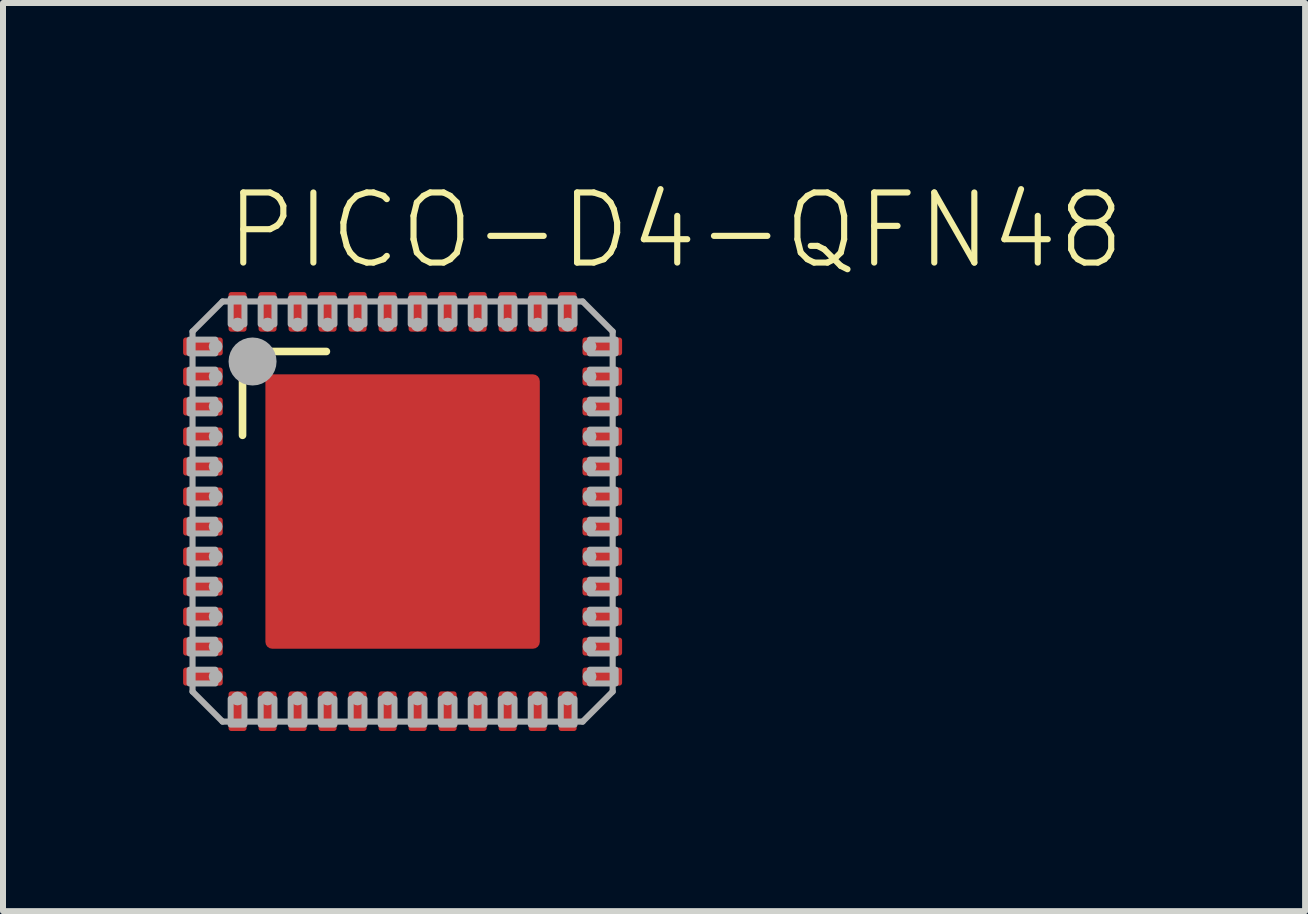
<source format=kicad_pcb>
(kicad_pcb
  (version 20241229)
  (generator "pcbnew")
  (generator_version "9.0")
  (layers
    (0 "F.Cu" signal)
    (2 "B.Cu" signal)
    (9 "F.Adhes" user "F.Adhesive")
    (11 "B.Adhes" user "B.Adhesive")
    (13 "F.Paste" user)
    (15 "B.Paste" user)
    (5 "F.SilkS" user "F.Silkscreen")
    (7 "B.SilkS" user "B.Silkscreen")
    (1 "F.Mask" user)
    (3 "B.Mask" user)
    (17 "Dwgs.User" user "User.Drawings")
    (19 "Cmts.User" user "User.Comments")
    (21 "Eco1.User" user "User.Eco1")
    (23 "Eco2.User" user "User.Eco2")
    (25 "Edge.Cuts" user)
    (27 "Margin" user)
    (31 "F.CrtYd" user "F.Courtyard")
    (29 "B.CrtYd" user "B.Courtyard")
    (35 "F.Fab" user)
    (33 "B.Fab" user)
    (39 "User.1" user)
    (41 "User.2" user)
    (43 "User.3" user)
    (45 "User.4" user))
  (footprint "PICO-D4-QFN48"
    (layer "F.Cu")
    (at 3.658 5.473)
    (property "Reference" "PICO-D4-QFN48" (at -3 -4 0) (layer "F.SilkS") (effects (font (size 1.168 1.168) (thickness 0.102)) (justify left bottom)))
    (fp_line (start -3.603 -2.845) (end -3.055 -2.845) (stroke (width 0.102) (type solid)) (layer "F.Mask"))
    (fp_line (start -3.603 -2.655) (end -3.603 -2.845) (stroke (width 0.102) (type solid)) (layer "F.Mask"))
    (fp_line (start -3.603 -2.345) (end -3.055 -2.345) (stroke (width 0.102) (type solid)) (layer "F.Mask"))
    (fp_line (start -3.603 -2.155) (end -3.603 -2.345) (stroke (width 0.102) (type solid)) (layer "F.Mask"))
    (fp_line (start -3.603 -1.845) (end -3.055 -1.845) (stroke (width 0.102) (type solid)) (layer "F.Mask"))
    (fp_line (start -3.603 -1.655) (end -3.603 -1.845) (stroke (width 0.102) (type solid)) (layer "F.Mask"))
    (fp_line (start -3.603 -1.345) (end -3.055 -1.345) (stroke (width 0.102) (type solid)) (layer "F.Mask"))
    (fp_line (start -3.603 -1.155) (end -3.603 -1.345) (stroke (width 0.102) (type solid)) (layer "F.Mask"))
    (fp_line (start -3.603 -0.845) (end -3.055 -0.845) (stroke (width 0.102) (type solid)) (layer "F.Mask"))
    (fp_line (start -3.603 -0.655) (end -3.603 -0.845) (stroke (width 0.102) (type solid)) (layer "F.Mask"))
    (fp_line (start -3.603 -0.345) (end -3.055 -0.345) (stroke (width 0.102) (type solid)) (layer "F.Mask"))
    (fp_line (start -3.603 -0.155) (end -3.603 -0.345) (stroke (width 0.102) (type solid)) (layer "F.Mask"))
    (fp_line (start -3.603 0.155) (end -3.055 0.155) (stroke (width 0.102) (type solid)) (layer "F.Mask"))
    (fp_line (start -3.603 0.345) (end -3.603 0.155) (stroke (width 0.102) (type solid)) (layer "F.Mask"))
    (fp_line (start -3.603 0.655) (end -3.055 0.655) (stroke (width 0.102) (type solid)) (layer "F.Mask"))
    (fp_line (start -3.603 0.845) (end -3.603 0.655) (stroke (width 0.102) (type solid)) (layer "F.Mask"))
    (fp_line (start -3.603 1.155) (end -3.055 1.155) (stroke (width 0.102) (type solid)) (layer "F.Mask"))
    (fp_line (start -3.603 1.345) (end -3.603 1.155) (stroke (width 0.102) (type solid)) (layer "F.Mask"))
    (fp_line (start -3.603 1.655) (end -3.055 1.655) (stroke (width 0.102) (type solid)) (layer "F.Mask"))
    (fp_line (start -3.603 1.845) (end -3.603 1.655) (stroke (width 0.102) (type solid)) (layer "F.Mask"))
    (fp_line (start -3.603 2.155) (end -3.055 2.155) (stroke (width 0.102) (type solid)) (layer "F.Mask"))
    (fp_line (start -3.603 2.345) (end -3.603 2.155) (stroke (width 0.102) (type solid)) (layer "F.Mask"))
    (fp_line (start -3.603 2.655) (end -3.055 2.655) (stroke (width 0.102) (type solid)) (layer "F.Mask"))
    (fp_line (start -3.603 2.845) (end -3.603 2.655) (stroke (width 0.102) (type solid)) (layer "F.Mask"))
    (fp_line (start -3.566 2.25) (end -3.105 2.25) (stroke (width 0.102) (type solid)) (layer "F.Mask"))
    (fp_line (start -3.559 -2.25) (end -3.105 -2.25) (stroke (width 0.102) (type solid)) (layer "F.Mask"))
    (fp_line (start -3.559 -1.75) (end -3.105 -1.75) (stroke (width 0.102) (type solid)) (layer "F.Mask"))
    (fp_line (start -3.559 -0.25) (end -3.105 -0.25) (stroke (width 0.102) (type solid)) (layer "F.Mask"))
    (fp_line (start -3.553 -2.75) (end -3.105 -2.75) (stroke (width 0.102) (type solid)) (layer "F.Mask"))
    (fp_line (start -3.553 -1.25) (end -3.105 -1.25) (stroke (width 0.102) (type solid)) (layer "F.Mask"))
    (fp_line (start -3.553 -0.75) (end -3.105 -0.75) (stroke (width 0.102) (type solid)) (layer "F.Mask"))
    (fp_line (start -3.553 0.75) (end -3.105 0.75) (stroke (width 0.102) (type solid)) (layer "F.Mask"))
    (fp_line (start -3.553 2.75) (end -3.105 2.75) (stroke (width 0.102) (type solid)) (layer "F.Mask"))
    (fp_line (start -3.547 0.25) (end -3.105 0.25) (stroke (width 0.102) (type solid)) (layer "F.Mask"))
    (fp_line (start -3.547 1.75) (end -3.105 1.75) (stroke (width 0.102) (type solid)) (layer "F.Mask"))
    (fp_line (start -3.54 1.25) (end -3.105 1.25) (stroke (width 0.102) (type solid)) (layer "F.Mask"))
    (fp_line (start -3.055 -2.845) (end -3.055 -2.655) (stroke (width 0.102) (type solid)) (layer "F.Mask"))
    (fp_line (start -3.055 -2.655) (end -3.603 -2.655) (stroke (width 0.102) (type solid)) (layer "F.Mask"))
    (fp_line (start -3.055 -2.345) (end -3.055 -2.155) (stroke (width 0.102) (type solid)) (layer "F.Mask"))
    (fp_line (start -3.055 -2.155) (end -3.603 -2.155) (stroke (width 0.102) (type solid)) (layer "F.Mask"))
    (fp_line (start -3.055 -1.845) (end -3.055 -1.655) (stroke (width 0.102) (type solid)) (layer "F.Mask"))
    (fp_line (start -3.055 -1.655) (end -3.603 -1.655) (stroke (width 0.102) (type solid)) (layer "F.Mask"))
    (fp_line (start -3.055 -1.345) (end -3.055 -1.155) (stroke (width 0.102) (type solid)) (layer "F.Mask"))
    (fp_line (start -3.055 -1.155) (end -3.603 -1.155) (stroke (width 0.102) (type solid)) (layer "F.Mask"))
    (fp_line (start -3.055 -0.845) (end -3.055 -0.655) (stroke (width 0.102) (type solid)) (layer "F.Mask"))
    (fp_line (start -3.055 -0.655) (end -3.603 -0.655) (stroke (width 0.102) (type solid)) (layer "F.Mask"))
    (fp_line (start -3.055 -0.345) (end -3.055 -0.155) (stroke (width 0.102) (type solid)) (layer "F.Mask"))
    (fp_line (start -3.055 -0.155) (end -3.603 -0.155) (stroke (width 0.102) (type solid)) (layer "F.Mask"))
    (fp_line (start -3.055 0.155) (end -3.055 0.345) (stroke (width 0.102) (type solid)) (layer "F.Mask"))
    (fp_line (start -3.055 0.345) (end -3.603 0.345) (stroke (width 0.102) (type solid)) (layer "F.Mask"))
    (fp_line (start -3.055 0.655) (end -3.055 0.845) (stroke (width 0.102) (type solid)) (layer "F.Mask"))
    (fp_line (start -3.055 0.845) (end -3.603 0.845) (stroke (width 0.102) (type solid)) (layer "F.Mask"))
    (fp_line (start -3.055 1.155) (end -3.055 1.345) (stroke (width 0.102) (type solid)) (layer "F.Mask"))
    (fp_line (start -3.055 1.345) (end -3.603 1.345) (stroke (width 0.102) (type solid)) (layer "F.Mask"))
    (fp_line (start -3.055 1.655) (end -3.055 1.845) (stroke (width 0.102) (type solid)) (layer "F.Mask"))
    (fp_line (start -3.055 1.845) (end -3.603 1.845) (stroke (width 0.102) (type solid)) (layer "F.Mask"))
    (fp_line (start -3.055 2.155) (end -3.055 2.345) (stroke (width 0.102) (type solid)) (layer "F.Mask"))
    (fp_line (start -3.055 2.345) (end -3.603 2.345) (stroke (width 0.102) (type solid)) (layer "F.Mask"))
    (fp_line (start -3.055 2.655) (end -3.055 2.845) (stroke (width 0.102) (type solid)) (layer "F.Mask"))
    (fp_line (start -3.055 2.845) (end -3.603 2.845) (stroke (width 0.102) (type solid)) (layer "F.Mask"))
    (fp_line (start -2.845 -3.603) (end -2.655 -3.603) (stroke (width 0.102) (type solid)) (layer "F.Mask"))
    (fp_line (start -2.845 -3.055) (end -2.845 -3.603) (stroke (width 0.102) (type solid)) (layer "F.Mask"))
    (fp_line (start -2.845 3.055) (end -2.655 3.055) (stroke (width 0.102) (type solid)) (layer "F.Mask"))
    (fp_line (start -2.845 3.603) (end -2.845 3.055) (stroke (width 0.102) (type solid)) (layer "F.Mask"))
    (fp_line (start -2.75 -3.572) (end -2.75 -3.105) (stroke (width 0.102) (type solid)) (layer "F.Mask"))
    (fp_line (start -2.75 3.559) (end -2.75 3.105) (stroke (width 0.102) (type solid)) (layer "F.Mask"))
    (fp_line (start -2.655 -3.603) (end -2.655 -3.055) (stroke (width 0.102) (type solid)) (layer "F.Mask"))
    (fp_line (start -2.655 -3.055) (end -2.845 -3.055) (stroke (width 0.102) (type solid)) (layer "F.Mask"))
    (fp_line (start -2.655 3.055) (end -2.655 3.603) (stroke (width 0.102) (type solid)) (layer "F.Mask"))
    (fp_line (start -2.655 3.603) (end -2.845 3.603) (stroke (width 0.102) (type solid)) (layer "F.Mask"))
    (fp_line (start -2.345 -3.603) (end -2.155 -3.603) (stroke (width 0.102) (type solid)) (layer "F.Mask"))
    (fp_line (start -2.345 -3.055) (end -2.345 -3.603) (stroke (width 0.102) (type solid)) (layer "F.Mask"))
    (fp_line (start -2.345 3.055) (end -2.155 3.055) (stroke (width 0.102) (type solid)) (layer "F.Mask"))
    (fp_line (start -2.345 3.603) (end -2.345 3.055) (stroke (width 0.102) (type solid)) (layer "F.Mask"))
    (fp_line (start -2.25 -3.559) (end -2.25 -3.105) (stroke (width 0.102) (type solid)) (layer "F.Mask"))
    (fp_line (start -2.25 3.559) (end -2.25 3.105) (stroke (width 0.102) (type solid)) (layer "F.Mask"))
    (fp_line (start -2.155 -3.603) (end -2.155 -3.055) (stroke (width 0.102) (type solid)) (layer "F.Mask"))
    (fp_line (start -2.155 -3.055) (end -2.345 -3.055) (stroke (width 0.102) (type solid)) (layer "F.Mask"))
    (fp_line (start -2.155 3.055) (end -2.155 3.603) (stroke (width 0.102) (type solid)) (layer "F.Mask"))
    (fp_line (start -2.155 3.603) (end -2.345 3.603) (stroke (width 0.102) (type solid)) (layer "F.Mask"))
    (fp_line (start -1.845 -3.603) (end -1.655 -3.603) (stroke (width 0.102) (type solid)) (layer "F.Mask"))
    (fp_line (start -1.845 -3.055) (end -1.845 -3.603) (stroke (width 0.102) (type solid)) (layer "F.Mask"))
    (fp_line (start -1.845 3.055) (end -1.655 3.055) (stroke (width 0.102) (type solid)) (layer "F.Mask"))
    (fp_line (start -1.845 3.603) (end -1.845 3.055) (stroke (width 0.102) (type solid)) (layer "F.Mask"))
    (fp_line (start -1.75 -3.572) (end -1.75 -3.105) (stroke (width 0.102) (type solid)) (layer "F.Mask"))
    (fp_line (start -1.75 3.559) (end -1.75 3.105) (stroke (width 0.102) (type solid)) (layer "F.Mask"))
    (fp_line (start -1.655 -3.603) (end -1.655 -3.055) (stroke (width 0.102) (type solid)) (layer "F.Mask"))
    (fp_line (start -1.655 -3.055) (end -1.845 -3.055) (stroke (width 0.102) (type solid)) (layer "F.Mask"))
    (fp_line (start -1.655 3.055) (end -1.655 3.603) (stroke (width 0.102) (type solid)) (layer "F.Mask"))
    (fp_line (start -1.655 3.603) (end -1.845 3.603) (stroke (width 0.102) (type solid)) (layer "F.Mask"))
    (fp_line (start -1.345 -3.603) (end -1.155 -3.603) (stroke (width 0.102) (type solid)) (layer "F.Mask"))
    (fp_line (start -1.345 -3.055) (end -1.345 -3.603) (stroke (width 0.102) (type solid)) (layer "F.Mask"))
    (fp_line (start -1.345 3.055) (end -1.155 3.055) (stroke (width 0.102) (type solid)) (layer "F.Mask"))
    (fp_line (start -1.345 3.603) (end -1.345 3.055) (stroke (width 0.102) (type solid)) (layer "F.Mask"))
    (fp_line (start -1.25 -3.559) (end -1.25 -3.105) (stroke (width 0.102) (type solid)) (layer "F.Mask"))
    (fp_line (start -1.25 3.553) (end -1.25 3.105) (stroke (width 0.102) (type solid)) (layer "F.Mask"))
    (fp_line (start -1.155 -3.603) (end -1.155 -3.055) (stroke (width 0.102) (type solid)) (layer "F.Mask"))
    (fp_line (start -1.155 -3.055) (end -1.345 -3.055) (stroke (width 0.102) (type solid)) (layer "F.Mask"))
    (fp_line (start -1.155 3.055) (end -1.155 3.603) (stroke (width 0.102) (type solid)) (layer "F.Mask"))
    (fp_line (start -1.155 3.603) (end -1.345 3.603) (stroke (width 0.102) (type solid)) (layer "F.Mask"))
    (fp_line (start -0.845 -3.603) (end -0.655 -3.603) (stroke (width 0.102) (type solid)) (layer "F.Mask"))
    (fp_line (start -0.845 -3.055) (end -0.845 -3.603) (stroke (width 0.102) (type solid)) (layer "F.Mask"))
    (fp_line (start -0.845 3.055) (end -0.655 3.055) (stroke (width 0.102) (type solid)) (layer "F.Mask"))
    (fp_line (start -0.845 3.603) (end -0.845 3.055) (stroke (width 0.102) (type solid)) (layer "F.Mask"))
    (fp_line (start -0.75 -3.547) (end -0.75 -3.105) (stroke (width 0.102) (type solid)) (layer "F.Mask"))
    (fp_line (start -0.75 3.566) (end -0.75 3.105) (stroke (width 0.102) (type solid)) (layer "F.Mask"))
    (fp_line (start -0.655 -3.603) (end -0.655 -3.055) (stroke (width 0.102) (type solid)) (layer "F.Mask"))
    (fp_line (start -0.655 -3.055) (end -0.845 -3.055) (stroke (width 0.102) (type solid)) (layer "F.Mask"))
    (fp_line (start -0.655 3.055) (end -0.655 3.603) (stroke (width 0.102) (type solid)) (layer "F.Mask"))
    (fp_line (start -0.655 3.603) (end -0.845 3.603) (stroke (width 0.102) (type solid)) (layer "F.Mask"))
    (fp_line (start -0.345 -3.603) (end -0.155 -3.603) (stroke (width 0.102) (type solid)) (layer "F.Mask"))
    (fp_line (start -0.345 -3.055) (end -0.345 -3.603) (stroke (width 0.102) (type solid)) (layer "F.Mask"))
    (fp_line (start -0.345 3.055) (end -0.155 3.055) (stroke (width 0.102) (type solid)) (layer "F.Mask"))
    (fp_line (start -0.345 3.603) (end -0.345 3.055) (stroke (width 0.102) (type solid)) (layer "F.Mask"))
    (fp_line (start -0.25 -3.547) (end -0.25 -3.105) (stroke (width 0.102) (type solid)) (layer "F.Mask"))
    (fp_line (start -0.25 3.553) (end -0.25 3.105) (stroke (width 0.102) (type solid)) (layer "F.Mask"))
    (fp_line (start -0.155 -3.603) (end -0.155 -3.055) (stroke (width 0.102) (type solid)) (layer "F.Mask"))
    (fp_line (start -0.155 -3.055) (end -0.345 -3.055) (stroke (width 0.102) (type solid)) (layer "F.Mask"))
    (fp_line (start -0.155 3.055) (end -0.155 3.603) (stroke (width 0.102) (type solid)) (layer "F.Mask"))
    (fp_line (start -0.155 3.603) (end -0.345 3.603) (stroke (width 0.102) (type solid)) (layer "F.Mask"))
    (fp_line (start 0.155 -3.603) (end 0.345 -3.603) (stroke (width 0.102) (type solid)) (layer "F.Mask"))
    (fp_line (start 0.155 -3.055) (end 0.155 -3.603) (stroke (width 0.102) (type solid)) (layer "F.Mask"))
    (fp_line (start 0.155 3.055) (end 0.345 3.055) (stroke (width 0.102) (type solid)) (layer "F.Mask"))
    (fp_line (start 0.155 3.603) (end 0.155 3.055) (stroke (width 0.102) (type solid)) (layer "F.Mask"))
    (fp_line (start 0.25 -3.547) (end 0.25 -3.105) (stroke (width 0.102) (type solid)) (layer "F.Mask"))
    (fp_line (start 0.25 3.559) (end 0.25 3.105) (stroke (width 0.102) (type solid)) (layer "F.Mask"))
    (fp_line (start 0.345 -3.603) (end 0.345 -3.055) (stroke (width 0.102) (type solid)) (layer "F.Mask"))
    (fp_line (start 0.345 -3.055) (end 0.155 -3.055) (stroke (width 0.102) (type solid)) (layer "F.Mask"))
    (fp_line (start 0.345 3.055) (end 0.345 3.603) (stroke (width 0.102) (type solid)) (layer "F.Mask"))
    (fp_line (start 0.345 3.603) (end 0.155 3.603) (stroke (width 0.102) (type solid)) (layer "F.Mask"))
    (fp_line (start 0.655 -3.603) (end 0.845 -3.603) (stroke (width 0.102) (type solid)) (layer "F.Mask"))
    (fp_line (start 0.655 -3.055) (end 0.655 -3.603) (stroke (width 0.102) (type solid)) (layer "F.Mask"))
    (fp_line (start 0.655 3.055) (end 0.845 3.055) (stroke (width 0.102) (type solid)) (layer "F.Mask"))
    (fp_line (start 0.655 3.603) (end 0.655 3.055) (stroke (width 0.102) (type solid)) (layer "F.Mask"))
    (fp_line (start 0.75 -3.54) (end 0.75 -3.105) (stroke (width 0.102) (type solid)) (layer "F.Mask"))
    (fp_line (start 0.75 3.572) (end 0.75 3.105) (stroke (width 0.102) (type solid)) (layer "F.Mask"))
    (fp_line (start 0.845 -3.603) (end 0.845 -3.055) (stroke (width 0.102) (type solid)) (layer "F.Mask"))
    (fp_line (start 0.845 -3.055) (end 0.655 -3.055) (stroke (width 0.102) (type solid)) (layer "F.Mask"))
    (fp_line (start 0.845 3.055) (end 0.845 3.603) (stroke (width 0.102) (type solid)) (layer "F.Mask"))
    (fp_line (start 0.845 3.603) (end 0.655 3.603) (stroke (width 0.102) (type solid)) (layer "F.Mask"))
    (fp_line (start 1.155 -3.603) (end 1.345 -3.603) (stroke (width 0.102) (type solid)) (layer "F.Mask"))
    (fp_line (start 1.155 -3.055) (end 1.155 -3.603) (stroke (width 0.102) (type solid)) (layer "F.Mask"))
    (fp_line (start 1.155 3.055) (end 1.345 3.055) (stroke (width 0.102) (type solid)) (layer "F.Mask"))
    (fp_line (start 1.155 3.603) (end 1.155 3.055) (stroke (width 0.102) (type solid)) (layer "F.Mask"))
    (fp_line (start 1.25 -3.547) (end 1.25 -3.105) (stroke (width 0.102) (type solid)) (layer "F.Mask"))
    (fp_line (start 1.25 3.566) (end 1.25 3.105) (stroke (width 0.102) (type solid)) (layer "F.Mask"))
    (fp_line (start 1.345 -3.603) (end 1.345 -3.055) (stroke (width 0.102) (type solid)) (layer "F.Mask"))
    (fp_line (start 1.345 -3.055) (end 1.155 -3.055) (stroke (width 0.102) (type solid)) (layer "F.Mask"))
    (fp_line (start 1.345 3.055) (end 1.345 3.603) (stroke (width 0.102) (type solid)) (layer "F.Mask"))
    (fp_line (start 1.345 3.603) (end 1.155 3.603) (stroke (width 0.102) (type solid)) (layer "F.Mask"))
    (fp_line (start 1.655 -3.603) (end 1.845 -3.603) (stroke (width 0.102) (type solid)) (layer "F.Mask"))
    (fp_line (start 1.655 -3.055) (end 1.655 -3.603) (stroke (width 0.102) (type solid)) (layer "F.Mask"))
    (fp_line (start 1.655 3.055) (end 1.845 3.055) (stroke (width 0.102) (type solid)) (layer "F.Mask"))
    (fp_line (start 1.655 3.603) (end 1.655 3.055) (stroke (width 0.102) (type solid)) (layer "F.Mask"))
    (fp_line (start 1.75 -3.553) (end 1.75 -3.105) (stroke (width 0.102) (type solid)) (layer "F.Mask"))
    (fp_line (start 1.75 3.566) (end 1.75 3.105) (stroke (width 0.102) (type solid)) (layer "F.Mask"))
    (fp_line (start 1.845 -3.603) (end 1.845 -3.055) (stroke (width 0.102) (type solid)) (layer "F.Mask"))
    (fp_line (start 1.845 -3.055) (end 1.655 -3.055) (stroke (width 0.102) (type solid)) (layer "F.Mask"))
    (fp_line (start 1.845 3.055) (end 1.845 3.603) (stroke (width 0.102) (type solid)) (layer "F.Mask"))
    (fp_line (start 1.845 3.603) (end 1.655 3.603) (stroke (width 0.102) (type solid)) (layer "F.Mask"))
    (fp_line (start 2.155 -3.603) (end 2.345 -3.603) (stroke (width 0.102) (type solid)) (layer "F.Mask"))
    (fp_line (start 2.155 -3.055) (end 2.155 -3.603) (stroke (width 0.102) (type solid)) (layer "F.Mask"))
    (fp_line (start 2.155 3.055) (end 2.345 3.055) (stroke (width 0.102) (type solid)) (layer "F.Mask"))
    (fp_line (start 2.155 3.603) (end 2.155 3.055) (stroke (width 0.102) (type solid)) (layer "F.Mask"))
    (fp_line (start 2.25 -3.566) (end 2.25 -3.105) (stroke (width 0.102) (type solid)) (layer "F.Mask"))
    (fp_line (start 2.25 3.547) (end 2.25 3.105) (stroke (width 0.102) (type solid)) (layer "F.Mask"))
    (fp_line (start 2.345 -3.603) (end 2.345 -3.055) (stroke (width 0.102) (type solid)) (layer "F.Mask"))
    (fp_line (start 2.345 -3.055) (end 2.155 -3.055) (stroke (width 0.102) (type solid)) (layer "F.Mask"))
    (fp_line (start 2.345 3.055) (end 2.345 3.603) (stroke (width 0.102) (type solid)) (layer "F.Mask"))
    (fp_line (start 2.345 3.603) (end 2.155 3.603) (stroke (width 0.102) (type solid)) (layer "F.Mask"))
    (fp_line (start 2.655 -3.603) (end 2.845 -3.603) (stroke (width 0.102) (type solid)) (layer "F.Mask"))
    (fp_line (start 2.655 -3.055) (end 2.655 -3.603) (stroke (width 0.102) (type solid)) (layer "F.Mask"))
    (fp_line (start 2.655 3.055) (end 2.845 3.055) (stroke (width 0.102) (type solid)) (layer "F.Mask"))
    (fp_line (start 2.655 3.603) (end 2.655 3.055) (stroke (width 0.102) (type solid)) (layer "F.Mask"))
    (fp_line (start 2.75 -3.553) (end 2.75 -3.105) (stroke (width 0.102) (type solid)) (layer "F.Mask"))
    (fp_line (start 2.75 3.54) (end 2.75 3.105) (stroke (width 0.102) (type solid)) (layer "F.Mask"))
    (fp_line (start 2.845 -3.603) (end 2.845 -3.055) (stroke (width 0.102) (type solid)) (layer "F.Mask"))
    (fp_line (start 2.845 -3.055) (end 2.655 -3.055) (stroke (width 0.102) (type solid)) (layer "F.Mask"))
    (fp_line (start 2.845 3.055) (end 2.845 3.603) (stroke (width 0.102) (type solid)) (layer "F.Mask"))
    (fp_line (start 2.845 3.603) (end 2.655 3.603) (stroke (width 0.102) (type solid)) (layer "F.Mask"))
    (fp_line (start 3.055 -2.845) (end 3.603 -2.845) (stroke (width 0.102) (type solid)) (layer "F.Mask"))
    (fp_line (start 3.055 -2.655) (end 3.055 -2.845) (stroke (width 0.102) (type solid)) (layer "F.Mask"))
    (fp_line (start 3.055 -2.345) (end 3.603 -2.345) (stroke (width 0.102) (type solid)) (layer "F.Mask"))
    (fp_line (start 3.055 -2.155) (end 3.055 -2.345) (stroke (width 0.102) (type solid)) (layer "F.Mask"))
    (fp_line (start 3.055 -1.845) (end 3.603 -1.845) (stroke (width 0.102) (type solid)) (layer "F.Mask"))
    (fp_line (start 3.055 -1.655) (end 3.055 -1.845) (stroke (width 0.102) (type solid)) (layer "F.Mask"))
    (fp_line (start 3.055 -1.345) (end 3.603 -1.345) (stroke (width 0.102) (type solid)) (layer "F.Mask"))
    (fp_line (start 3.055 -1.155) (end 3.055 -1.345) (stroke (width 0.102) (type solid)) (layer "F.Mask"))
    (fp_line (start 3.055 -0.845) (end 3.603 -0.845) (stroke (width 0.102) (type solid)) (layer "F.Mask"))
    (fp_line (start 3.055 -0.655) (end 3.055 -0.845) (stroke (width 0.102) (type solid)) (layer "F.Mask"))
    (fp_line (start 3.055 -0.345) (end 3.603 -0.345) (stroke (width 0.102) (type solid)) (layer "F.Mask"))
    (fp_line (start 3.055 -0.155) (end 3.055 -0.345) (stroke (width 0.102) (type solid)) (layer "F.Mask"))
    (fp_line (start 3.055 0.155) (end 3.603 0.155) (stroke (width 0.102) (type solid)) (layer "F.Mask"))
    (fp_line (start 3.055 0.345) (end 3.055 0.155) (stroke (width 0.102) (type solid)) (layer "F.Mask"))
    (fp_line (start 3.055 0.655) (end 3.603 0.655) (stroke (width 0.102) (type solid)) (layer "F.Mask"))
    (fp_line (start 3.055 0.845) (end 3.055 0.655) (stroke (width 0.102) (type solid)) (layer "F.Mask"))
    (fp_line (start 3.055 1.155) (end 3.603 1.161) (stroke (width 0.102) (type solid)) (layer "F.Mask"))
    (fp_line (start 3.055 1.345) (end 3.055 1.155) (stroke (width 0.102) (type solid)) (layer "F.Mask"))
    (fp_line (start 3.055 1.655) (end 3.603 1.655) (stroke (width 0.102) (type solid)) (layer "F.Mask"))
    (fp_line (start 3.055 1.845) (end 3.055 1.655) (stroke (width 0.102) (type solid)) (layer "F.Mask"))
    (fp_line (start 3.055 2.155) (end 3.603 2.155) (stroke (width 0.102) (type solid)) (layer "F.Mask"))
    (fp_line (start 3.055 2.345) (end 3.055 2.155) (stroke (width 0.102) (type solid)) (layer "F.Mask"))
    (fp_line (start 3.055 2.655) (end 3.603 2.655) (stroke (width 0.102) (type solid)) (layer "F.Mask"))
    (fp_line (start 3.055 2.845) (end 3.055 2.655) (stroke (width 0.102) (type solid)) (layer "F.Mask"))
    (fp_line (start 3.547 -2.75) (end 3.105 -2.75) (stroke (width 0.102) (type solid)) (layer "F.Mask"))
    (fp_line (start 3.547 1.75) (end 3.105 1.75) (stroke (width 0.102) (type solid)) (layer "F.Mask"))
    (fp_line (start 3.547 2.75) (end 3.105 2.75) (stroke (width 0.102) (type solid)) (layer "F.Mask"))
    (fp_line (start 3.553 -2.25) (end 3.105 -2.25) (stroke (width 0.102) (type solid)) (layer "F.Mask"))
    (fp_line (start 3.553 -1.75) (end 3.105 -1.75) (stroke (width 0.102) (type solid)) (layer "F.Mask"))
    (fp_line (start 3.553 -1.25) (end 3.105 -1.25) (stroke (width 0.102) (type solid)) (layer "F.Mask"))
    (fp_line (start 3.553 0.25) (end 3.105 0.25) (stroke (width 0.102) (type solid)) (layer "F.Mask"))
    (fp_line (start 3.553 0.75) (end 3.105 0.75) (stroke (width 0.102) (type solid)) (layer "F.Mask"))
    (fp_line (start 3.553 1.25) (end 3.105 1.25) (stroke (width 0.102) (type solid)) (layer "F.Mask"))
    (fp_line (start 3.553 2.25) (end 3.105 2.25) (stroke (width 0.102) (type solid)) (layer "F.Mask"))
    (fp_line (start 3.559 -0.75) (end 3.105 -0.75) (stroke (width 0.102) (type solid)) (layer "F.Mask"))
    (fp_line (start 3.559 -0.25) (end 3.105 -0.25) (stroke (width 0.102) (type solid)) (layer "F.Mask"))
    (fp_line (start 3.603 -2.845) (end 3.603 -2.655) (stroke (width 0.102) (type solid)) (layer "F.Mask"))
    (fp_line (start 3.603 -2.655) (end 3.055 -2.655) (stroke (width 0.102) (type solid)) (layer "F.Mask"))
    (fp_line (start 3.603 -2.345) (end 3.603 -2.155) (stroke (width 0.102) (type solid)) (layer "F.Mask"))
    (fp_line (start 3.603 -2.155) (end 3.055 -2.155) (stroke (width 0.102) (type solid)) (layer "F.Mask"))
    (fp_line (start 3.603 -1.845) (end 3.603 -1.655) (stroke (width 0.102) (type solid)) (layer "F.Mask"))
    (fp_line (start 3.603 -1.655) (end 3.055 -1.655) (stroke (width 0.102) (type solid)) (layer "F.Mask"))
    (fp_line (start 3.603 -1.345) (end 3.603 -1.155) (stroke (width 0.102) (type solid)) (layer "F.Mask"))
    (fp_line (start 3.603 -1.155) (end 3.055 -1.155) (stroke (width 0.102) (type solid)) (layer "F.Mask"))
    (fp_line (start 3.603 -0.845) (end 3.603 -0.655) (stroke (width 0.102) (type solid)) (layer "F.Mask"))
    (fp_line (start 3.603 -0.655) (end 3.055 -0.655) (stroke (width 0.102) (type solid)) (layer "F.Mask"))
    (fp_line (start 3.603 -0.345) (end 3.603 -0.155) (stroke (width 0.102) (type solid)) (layer "F.Mask"))
    (fp_line (start 3.603 -0.155) (end 3.055 -0.155) (stroke (width 0.102) (type solid)) (layer "F.Mask"))
    (fp_line (start 3.603 0.155) (end 3.603 0.345) (stroke (width 0.102) (type solid)) (layer "F.Mask"))
    (fp_line (start 3.603 0.345) (end 3.055 0.345) (stroke (width 0.102) (type solid)) (layer "F.Mask"))
    (fp_line (start 3.603 0.655) (end 3.603 0.845) (stroke (width 0.102) (type solid)) (layer "F.Mask"))
    (fp_line (start 3.603 0.845) (end 3.055 0.845) (stroke (width 0.102) (type solid)) (layer "F.Mask"))
    (fp_line (start 3.603 1.161) (end 3.603 1.351) (stroke (width 0.102) (type solid)) (layer "F.Mask"))
    (fp_line (start 3.603 1.351) (end 3.055 1.345) (stroke (width 0.102) (type solid)) (layer "F.Mask"))
    (fp_line (start 3.603 1.655) (end 3.603 1.845) (stroke (width 0.102) (type solid)) (layer "F.Mask"))
    (fp_line (start 3.603 1.845) (end 3.055 1.845) (stroke (width 0.102) (type solid)) (layer "F.Mask"))
    (fp_line (start 3.603 2.155) (end 3.603 2.345) (stroke (width 0.102) (type solid)) (layer "F.Mask"))
    (fp_line (start 3.603 2.345) (end 3.055 2.345) (stroke (width 0.102) (type solid)) (layer "F.Mask"))
    (fp_line (start 3.603 2.655) (end 3.603 2.845) (stroke (width 0.102) (type solid)) (layer "F.Mask"))
    (fp_line (start 3.603 2.845) (end 3.055 2.845) (stroke (width 0.102) (type solid)) (layer "F.Mask"))
    (fp_poly (pts (xy -2.286 2.286) (xy 2.286 2.286) (xy 2.286 -2.286) (xy -2.286 -2.286)) (stroke (width 0) (type default)) (fill yes) (layer "F.Mask"))
    (fp_line (start -2.667 -2.667) (end -1.27 -2.667) (stroke (width 0.127) (type solid)) (layer "F.SilkS"))
    (fp_line (start -2.667 -1.27) (end -2.667 -2.667) (stroke (width 0.127) (type solid)) (layer "F.SilkS"))
    (fp_line (start -3.592 -2.84) (end -3.06 -2.84) (stroke (width 0.102) (type solid)) (layer "F.Paste"))
    (fp_line (start -3.592 -2.66) (end -3.592 -2.84) (stroke (width 0.102) (type solid)) (layer "F.Paste"))
    (fp_line (start -3.592 -2.34) (end -3.06 -2.34) (stroke (width 0.102) (type solid)) (layer "F.Paste"))
    (fp_line (start -3.592 -2.16) (end -3.592 -2.34) (stroke (width 0.102) (type solid)) (layer "F.Paste"))
    (fp_line (start -3.592 -1.84) (end -3.06 -1.84) (stroke (width 0.102) (type solid)) (layer "F.Paste"))
    (fp_line (start -3.592 -1.66) (end -3.592 -1.84) (stroke (width 0.102) (type solid)) (layer "F.Paste"))
    (fp_line (start -3.592 -1.34) (end -3.06 -1.34) (stroke (width 0.102) (type solid)) (layer "F.Paste"))
    (fp_line (start -3.592 -1.16) (end -3.592 -1.34) (stroke (width 0.102) (type solid)) (layer "F.Paste"))
    (fp_line (start -3.592 -0.84) (end -3.06 -0.84) (stroke (width 0.102) (type solid)) (layer "F.Paste"))
    (fp_line (start -3.592 -0.66) (end -3.592 -0.84) (stroke (width 0.102) (type solid)) (layer "F.Paste"))
    (fp_line (start -3.592 -0.34) (end -3.06 -0.34) (stroke (width 0.102) (type solid)) (layer "F.Paste"))
    (fp_line (start -3.592 -0.16) (end -3.592 -0.34) (stroke (width 0.102) (type solid)) (layer "F.Paste"))
    (fp_line (start -3.592 0.16) (end -3.06 0.16) (stroke (width 0.102) (type solid)) (layer "F.Paste"))
    (fp_line (start -3.592 0.34) (end -3.592 0.16) (stroke (width 0.102) (type solid)) (layer "F.Paste"))
    (fp_line (start -3.592 0.66) (end -3.06 0.66) (stroke (width 0.102) (type solid)) (layer "F.Paste"))
    (fp_line (start -3.592 0.84) (end -3.592 0.66) (stroke (width 0.102) (type solid)) (layer "F.Paste"))
    (fp_line (start -3.592 1.16) (end -3.06 1.16) (stroke (width 0.102) (type solid)) (layer "F.Paste"))
    (fp_line (start -3.592 1.34) (end -3.592 1.16) (stroke (width 0.102) (type solid)) (layer "F.Paste"))
    (fp_line (start -3.592 1.66) (end -3.06 1.66) (stroke (width 0.102) (type solid)) (layer "F.Paste"))
    (fp_line (start -3.592 1.84) (end -3.592 1.66) (stroke (width 0.102) (type solid)) (layer "F.Paste"))
    (fp_line (start -3.592 2.16) (end -3.06 2.16) (stroke (width 0.102) (type solid)) (layer "F.Paste"))
    (fp_line (start -3.592 2.34) (end -3.592 2.16) (stroke (width 0.102) (type solid)) (layer "F.Paste"))
    (fp_line (start -3.592 2.66) (end -3.06 2.66) (stroke (width 0.102) (type solid)) (layer "F.Paste"))
    (fp_line (start -3.592 2.84) (end -3.592 2.66) (stroke (width 0.102) (type solid)) (layer "F.Paste"))
    (fp_line (start -3.567 -1.75) (end -3.11 -1.75) (stroke (width 0.102) (type solid)) (layer "F.Paste"))
    (fp_line (start -3.567 1.25) (end -3.11 1.25) (stroke (width 0.102) (type solid)) (layer "F.Paste"))
    (fp_line (start -3.567 2.75) (end -3.11 2.75) (stroke (width 0.102) (type solid)) (layer "F.Paste"))
    (fp_line (start -3.542 -2.75) (end -3.11 -2.75) (stroke (width 0.102) (type solid)) (layer "F.Paste"))
    (fp_line (start -3.542 -2.25) (end -3.11 -2.25) (stroke (width 0.102) (type solid)) (layer "F.Paste"))
    (fp_line (start -3.542 -1.25) (end -3.11 -1.25) (stroke (width 0.102) (type solid)) (layer "F.Paste"))
    (fp_line (start -3.542 -0.75) (end -3.11 -0.75) (stroke (width 0.102) (type solid)) (layer "F.Paste"))
    (fp_line (start -3.542 -0.25) (end -3.11 -0.25) (stroke (width 0.102) (type solid)) (layer "F.Paste"))
    (fp_line (start -3.542 0.25) (end -3.11 0.25) (stroke (width 0.102) (type solid)) (layer "F.Paste"))
    (fp_line (start -3.542 0.75) (end -3.11 0.75) (stroke (width 0.102) (type solid)) (layer "F.Paste"))
    (fp_line (start -3.542 1.75) (end -3.11 1.75) (stroke (width 0.102) (type solid)) (layer "F.Paste"))
    (fp_line (start -3.542 2.25) (end -3.11 2.25) (stroke (width 0.102) (type solid)) (layer "F.Paste"))
    (fp_line (start -3.06 -2.84) (end -3.06 -2.66) (stroke (width 0.102) (type solid)) (layer "F.Paste"))
    (fp_line (start -3.06 -2.66) (end -3.592 -2.66) (stroke (width 0.102) (type solid)) (layer "F.Paste"))
    (fp_line (start -3.06 -2.34) (end -3.06 -2.16) (stroke (width 0.102) (type solid)) (layer "F.Paste"))
    (fp_line (start -3.06 -2.16) (end -3.592 -2.16) (stroke (width 0.102) (type solid)) (layer "F.Paste"))
    (fp_line (start -3.06 -1.84) (end -3.06 -1.66) (stroke (width 0.102) (type solid)) (layer "F.Paste"))
    (fp_line (start -3.06 -1.66) (end -3.592 -1.66) (stroke (width 0.102) (type solid)) (layer "F.Paste"))
    (fp_line (start -3.06 -1.34) (end -3.06 -1.16) (stroke (width 0.102) (type solid)) (layer "F.Paste"))
    (fp_line (start -3.06 -1.16) (end -3.592 -1.16) (stroke (width 0.102) (type solid)) (layer "F.Paste"))
    (fp_line (start -3.06 -0.84) (end -3.06 -0.66) (stroke (width 0.102) (type solid)) (layer "F.Paste"))
    (fp_line (start -3.06 -0.66) (end -3.592 -0.66) (stroke (width 0.102) (type solid)) (layer "F.Paste"))
    (fp_line (start -3.06 -0.34) (end -3.06 -0.16) (stroke (width 0.102) (type solid)) (layer "F.Paste"))
    (fp_line (start -3.06 -0.16) (end -3.592 -0.16) (stroke (width 0.102) (type solid)) (layer "F.Paste"))
    (fp_line (start -3.06 0.16) (end -3.06 0.34) (stroke (width 0.102) (type solid)) (layer "F.Paste"))
    (fp_line (start -3.06 0.34) (end -3.592 0.34) (stroke (width 0.102) (type solid)) (layer "F.Paste"))
    (fp_line (start -3.06 0.66) (end -3.06 0.84) (stroke (width 0.102) (type solid)) (layer "F.Paste"))
    (fp_line (start -3.06 0.84) (end -3.592 0.84) (stroke (width 0.102) (type solid)) (layer "F.Paste"))
    (fp_line (start -3.06 1.16) (end -3.06 1.34) (stroke (width 0.102) (type solid)) (layer "F.Paste"))
    (fp_line (start -3.06 1.34) (end -3.592 1.34) (stroke (width 0.102) (type solid)) (layer "F.Paste"))
    (fp_line (start -3.06 1.66) (end -3.06 1.84) (stroke (width 0.102) (type solid)) (layer "F.Paste"))
    (fp_line (start -3.06 1.84) (end -3.592 1.84) (stroke (width 0.102) (type solid)) (layer "F.Paste"))
    (fp_line (start -3.06 2.16) (end -3.06 2.34) (stroke (width 0.102) (type solid)) (layer "F.Paste"))
    (fp_line (start -3.06 2.34) (end -3.592 2.34) (stroke (width 0.102) (type solid)) (layer "F.Paste"))
    (fp_line (start -3.06 2.66) (end -3.06 2.84) (stroke (width 0.102) (type solid)) (layer "F.Paste"))
    (fp_line (start -3.06 2.84) (end -3.592 2.84) (stroke (width 0.102) (type solid)) (layer "F.Paste"))
    (fp_line (start -2.84 -3.594) (end -2.75 -3.594) (stroke (width 0.102) (type solid)) (layer "F.Paste"))
    (fp_line (start -2.84 -3.06) (end -2.84 -3.594) (stroke (width 0.102) (type solid)) (layer "F.Paste"))
    (fp_line (start -2.84 3.06) (end -2.66 3.06) (stroke (width 0.102) (type solid)) (layer "F.Paste"))
    (fp_line (start -2.84 3.592) (end -2.84 3.06) (stroke (width 0.102) (type solid)) (layer "F.Paste"))
    (fp_line (start -2.75 -3.594) (end -2.75 -3.11) (stroke (width 0.102) (type solid)) (layer "F.Paste"))
    (fp_line (start -2.75 -3.594) (end -2.66 -3.594) (stroke (width 0.102) (type solid)) (layer "F.Paste"))
    (fp_line (start -2.75 3.542) (end -2.75 3.11) (stroke (width 0.102) (type solid)) (layer "F.Paste"))
    (fp_line (start -2.66 -3.594) (end -2.66 -3.06) (stroke (width 0.102) (type solid)) (layer "F.Paste"))
    (fp_line (start -2.66 -3.06) (end -2.84 -3.06) (stroke (width 0.102) (type solid)) (layer "F.Paste"))
    (fp_line (start -2.66 3.06) (end -2.66 3.592) (stroke (width 0.102) (type solid)) (layer "F.Paste"))
    (fp_line (start -2.66 3.592) (end -2.84 3.592) (stroke (width 0.102) (type solid)) (layer "F.Paste"))
    (fp_line (start -2.34 -3.592) (end -2.16 -3.592) (stroke (width 0.102) (type solid)) (layer "F.Paste"))
    (fp_line (start -2.34 -3.06) (end -2.34 -3.592) (stroke (width 0.102) (type solid)) (layer "F.Paste"))
    (fp_line (start -2.34 3.06) (end -2.16 3.06) (stroke (width 0.102) (type solid)) (layer "F.Paste"))
    (fp_line (start -2.34 3.592) (end -2.34 3.06) (stroke (width 0.102) (type solid)) (layer "F.Paste"))
    (fp_line (start -2.25 -3.542) (end -2.25 -3.11) (stroke (width 0.102) (type solid)) (layer "F.Paste"))
    (fp_line (start -2.25 3.542) (end -2.25 3.11) (stroke (width 0.102) (type solid)) (layer "F.Paste"))
    (fp_line (start -2.16 -3.592) (end -2.16 -3.06) (stroke (width 0.102) (type solid)) (layer "F.Paste"))
    (fp_line (start -2.16 -3.06) (end -2.34 -3.06) (stroke (width 0.102) (type solid)) (layer "F.Paste"))
    (fp_line (start -2.16 3.06) (end -2.16 3.592) (stroke (width 0.102) (type solid)) (layer "F.Paste"))
    (fp_line (start -2.16 3.592) (end -2.34 3.592) (stroke (width 0.102) (type solid)) (layer "F.Paste"))
    (fp_line (start -1.84 -3.592) (end -1.66 -3.592) (stroke (width 0.102) (type solid)) (layer "F.Paste"))
    (fp_line (start -1.84 -3.06) (end -1.84 -3.592) (stroke (width 0.102) (type solid)) (layer "F.Paste"))
    (fp_line (start -1.84 3.06) (end -1.66 3.06) (stroke (width 0.102) (type solid)) (layer "F.Paste"))
    (fp_line (start -1.84 3.592) (end -1.84 3.06) (stroke (width 0.102) (type solid)) (layer "F.Paste"))
    (fp_line (start -1.75 -3.567) (end -1.75 -3.11) (stroke (width 0.102) (type solid)) (layer "F.Paste"))
    (fp_line (start -1.75 3.542) (end -1.75 3.11) (stroke (width 0.102) (type solid)) (layer "F.Paste"))
    (fp_line (start -1.66 -3.592) (end -1.66 -3.06) (stroke (width 0.102) (type solid)) (layer "F.Paste"))
    (fp_line (start -1.66 -3.06) (end -1.84 -3.06) (stroke (width 0.102) (type solid)) (layer "F.Paste"))
    (fp_line (start -1.66 3.06) (end -1.66 3.592) (stroke (width 0.102) (type solid)) (layer "F.Paste"))
    (fp_line (start -1.66 3.592) (end -1.84 3.592) (stroke (width 0.102) (type solid)) (layer "F.Paste"))
    (fp_line (start -1.34 -3.592) (end -1.16 -3.592) (stroke (width 0.102) (type solid)) (layer "F.Paste"))
    (fp_line (start -1.34 -3.06) (end -1.34 -3.592) (stroke (width 0.102) (type solid)) (layer "F.Paste"))
    (fp_line (start -1.34 3.06) (end -1.16 3.06) (stroke (width 0.102) (type solid)) (layer "F.Paste"))
    (fp_line (start -1.34 3.592) (end -1.34 3.06) (stroke (width 0.102) (type solid)) (layer "F.Paste"))
    (fp_line (start -1.25 -3.542) (end -1.25 -3.11) (stroke (width 0.102) (type solid)) (layer "F.Paste"))
    (fp_line (start -1.25 3.542) (end -1.25 3.11) (stroke (width 0.102) (type solid)) (layer "F.Paste"))
    (fp_line (start -1.16 -3.592) (end -1.16 -3.06) (stroke (width 0.102) (type solid)) (layer "F.Paste"))
    (fp_line (start -1.16 -3.06) (end -1.34 -3.06) (stroke (width 0.102) (type solid)) (layer "F.Paste"))
    (fp_line (start -1.16 3.06) (end -1.16 3.592) (stroke (width 0.102) (type solid)) (layer "F.Paste"))
    (fp_line (start -1.16 3.592) (end -1.34 3.592) (stroke (width 0.102) (type solid)) (layer "F.Paste"))
    (fp_line (start -0.84 -3.592) (end -0.66 -3.592) (stroke (width 0.102) (type solid)) (layer "F.Paste"))
    (fp_line (start -0.84 -3.06) (end -0.84 -3.592) (stroke (width 0.102) (type solid)) (layer "F.Paste"))
    (fp_line (start -0.84 3.06) (end -0.66 3.06) (stroke (width 0.102) (type solid)) (layer "F.Paste"))
    (fp_line (start -0.84 3.592) (end -0.84 3.06) (stroke (width 0.102) (type solid)) (layer "F.Paste"))
    (fp_line (start -0.75 -3.567) (end -0.75 -3.11) (stroke (width 0.102) (type solid)) (layer "F.Paste"))
    (fp_line (start -0.75 3.567) (end -0.75 3.11) (stroke (width 0.102) (type solid)) (layer "F.Paste"))
    (fp_line (start -0.66 -3.592) (end -0.66 -3.06) (stroke (width 0.102) (type solid)) (layer "F.Paste"))
    (fp_line (start -0.66 -3.06) (end -0.84 -3.06) (stroke (width 0.102) (type solid)) (layer "F.Paste"))
    (fp_line (start -0.66 3.06) (end -0.66 3.592) (stroke (width 0.102) (type solid)) (layer "F.Paste"))
    (fp_line (start -0.66 3.592) (end -0.84 3.592) (stroke (width 0.102) (type solid)) (layer "F.Paste"))
    (fp_line (start -0.34 -3.592) (end -0.16 -3.592) (stroke (width 0.102) (type solid)) (layer "F.Paste"))
    (fp_line (start -0.34 -3.06) (end -0.34 -3.592) (stroke (width 0.102) (type solid)) (layer "F.Paste"))
    (fp_line (start -0.34 3.06) (end -0.16 3.06) (stroke (width 0.102) (type solid)) (layer "F.Paste"))
    (fp_line (start -0.34 3.592) (end -0.34 3.06) (stroke (width 0.102) (type solid)) (layer "F.Paste"))
    (fp_line (start -0.25 -3.567) (end -0.25 -3.11) (stroke (width 0.102) (type solid)) (layer "F.Paste"))
    (fp_line (start -0.25 3.542) (end -0.25 3.11) (stroke (width 0.102) (type solid)) (layer "F.Paste"))
    (fp_line (start -0.16 -3.592) (end -0.16 -3.06) (stroke (width 0.102) (type solid)) (layer "F.Paste"))
    (fp_line (start -0.16 -3.06) (end -0.34 -3.06) (stroke (width 0.102) (type solid)) (layer "F.Paste"))
    (fp_line (start -0.16 3.06) (end -0.16 3.592) (stroke (width 0.102) (type solid)) (layer "F.Paste"))
    (fp_line (start -0.16 3.592) (end -0.34 3.592) (stroke (width 0.102) (type solid)) (layer "F.Paste"))
    (fp_line (start 0.16 -3.592) (end 0.34 -3.592) (stroke (width 0.102) (type solid)) (layer "F.Paste"))
    (fp_line (start 0.16 -3.06) (end 0.16 -3.592) (stroke (width 0.102) (type solid)) (layer "F.Paste"))
    (fp_line (start 0.16 3.06) (end 0.34 3.06) (stroke (width 0.102) (type solid)) (layer "F.Paste"))
    (fp_line (start 0.16 3.592) (end 0.16 3.06) (stroke (width 0.102) (type solid)) (layer "F.Paste"))
    (fp_line (start 0.25 -3.542) (end 0.25 -3.11) (stroke (width 0.102) (type solid)) (layer "F.Paste"))
    (fp_line (start 0.25 3.542) (end 0.25 3.11) (stroke (width 0.102) (type solid)) (layer "F.Paste"))
    (fp_line (start 0.34 -3.592) (end 0.34 -3.06) (stroke (width 0.102) (type solid)) (layer "F.Paste"))
    (fp_line (start 0.34 -3.06) (end 0.16 -3.06) (stroke (width 0.102) (type solid)) (layer "F.Paste"))
    (fp_line (start 0.34 3.06) (end 0.34 3.592) (stroke (width 0.102) (type solid)) (layer "F.Paste"))
    (fp_line (start 0.34 3.592) (end 0.16 3.592) (stroke (width 0.102) (type solid)) (layer "F.Paste"))
    (fp_line (start 0.66 -3.592) (end 0.84 -3.592) (stroke (width 0.102) (type solid)) (layer "F.Paste"))
    (fp_line (start 0.66 -3.06) (end 0.66 -3.592) (stroke (width 0.102) (type solid)) (layer "F.Paste"))
    (fp_line (start 0.66 3.06) (end 0.84 3.06) (stroke (width 0.102) (type solid)) (layer "F.Paste"))
    (fp_line (start 0.66 3.592) (end 0.66 3.06) (stroke (width 0.102) (type solid)) (layer "F.Paste"))
    (fp_line (start 0.75 -3.542) (end 0.75 -3.11) (stroke (width 0.102) (type solid)) (layer "F.Paste"))
    (fp_line (start 0.75 3.542) (end 0.75 3.11) (stroke (width 0.102) (type solid)) (layer "F.Paste"))
    (fp_line (start 0.84 -3.592) (end 0.84 -3.06) (stroke (width 0.102) (type solid)) (layer "F.Paste"))
    (fp_line (start 0.84 -3.06) (end 0.66 -3.06) (stroke (width 0.102) (type solid)) (layer "F.Paste"))
    (fp_line (start 0.84 3.06) (end 0.84 3.592) (stroke (width 0.102) (type solid)) (layer "F.Paste"))
    (fp_line (start 0.84 3.592) (end 0.66 3.592) (stroke (width 0.102) (type solid)) (layer "F.Paste"))
    (fp_line (start 1.16 -3.592) (end 1.34 -3.592) (stroke (width 0.102) (type solid)) (layer "F.Paste"))
    (fp_line (start 1.16 -3.06) (end 1.16 -3.592) (stroke (width 0.102) (type solid)) (layer "F.Paste"))
    (fp_line (start 1.16 3.06) (end 1.34 3.06) (stroke (width 0.102) (type solid)) (layer "F.Paste"))
    (fp_line (start 1.16 3.592) (end 1.16 3.06) (stroke (width 0.102) (type solid)) (layer "F.Paste"))
    (fp_line (start 1.25 -3.542) (end 1.25 -3.11) (stroke (width 0.102) (type solid)) (layer "F.Paste"))
    (fp_line (start 1.25 3.542) (end 1.25 3.11) (stroke (width 0.102) (type solid)) (layer "F.Paste"))
    (fp_line (start 1.34 -3.592) (end 1.34 -3.06) (stroke (width 0.102) (type solid)) (layer "F.Paste"))
    (fp_line (start 1.34 -3.06) (end 1.16 -3.06) (stroke (width 0.102) (type solid)) (layer "F.Paste"))
    (fp_line (start 1.34 3.06) (end 1.34 3.592) (stroke (width 0.102) (type solid)) (layer "F.Paste"))
    (fp_line (start 1.34 3.592) (end 1.16 3.592) (stroke (width 0.102) (type solid)) (layer "F.Paste"))
    (fp_line (start 1.66 -3.592) (end 1.84 -3.592) (stroke (width 0.102) (type solid)) (layer "F.Paste"))
    (fp_line (start 1.66 -3.06) (end 1.66 -3.592) (stroke (width 0.102) (type solid)) (layer "F.Paste"))
    (fp_line (start 1.66 3.06) (end 1.84 3.06) (stroke (width 0.102) (type solid)) (layer "F.Paste"))
    (fp_line (start 1.66 3.592) (end 1.66 3.06) (stroke (width 0.102) (type solid)) (layer "F.Paste"))
    (fp_line (start 1.75 -3.542) (end 1.75 -3.11) (stroke (width 0.102) (type solid)) (layer "F.Paste"))
    (fp_line (start 1.75 3.542) (end 1.75 3.11) (stroke (width 0.102) (type solid)) (layer "F.Paste"))
    (fp_line (start 1.84 -3.592) (end 1.84 -3.06) (stroke (width 0.102) (type solid)) (layer "F.Paste"))
    (fp_line (start 1.84 -3.06) (end 1.66 -3.06) (stroke (width 0.102) (type solid)) (layer "F.Paste"))
    (fp_line (start 1.84 3.06) (end 1.84 3.592) (stroke (width 0.102) (type solid)) (layer "F.Paste"))
    (fp_line (start 1.84 3.592) (end 1.66 3.592) (stroke (width 0.102) (type solid)) (layer "F.Paste"))
    (fp_line (start 2.16 -3.592) (end 2.34 -3.592) (stroke (width 0.102) (type solid)) (layer "F.Paste"))
    (fp_line (start 2.16 -3.06) (end 2.16 -3.592) (stroke (width 0.102) (type solid)) (layer "F.Paste"))
    (fp_line (start 2.16 3.06) (end 2.34 3.06) (stroke (width 0.102) (type solid)) (layer "F.Paste"))
    (fp_line (start 2.16 3.592) (end 2.16 3.06) (stroke (width 0.102) (type solid)) (layer "F.Paste"))
    (fp_line (start 2.25 -3.516) (end 2.25 -3.11) (stroke (width 0.102) (type solid)) (layer "F.Paste"))
    (fp_line (start 2.25 3.542) (end 2.25 3.11) (stroke (width 0.102) (type solid)) (layer "F.Paste"))
    (fp_line (start 2.34 -3.592) (end 2.34 -3.06) (stroke (width 0.102) (type solid)) (layer "F.Paste"))
    (fp_line (start 2.34 -3.06) (end 2.16 -3.06) (stroke (width 0.102) (type solid)) (layer "F.Paste"))
    (fp_line (start 2.34 3.06) (end 2.34 3.592) (stroke (width 0.102) (type solid)) (layer "F.Paste"))
    (fp_line (start 2.34 3.592) (end 2.16 3.592) (stroke (width 0.102) (type solid)) (layer "F.Paste"))
    (fp_line (start 2.66 -3.592) (end 2.84 -3.592) (stroke (width 0.102) (type solid)) (layer "F.Paste"))
    (fp_line (start 2.66 -3.06) (end 2.66 -3.592) (stroke (width 0.102) (type solid)) (layer "F.Paste"))
    (fp_line (start 2.66 3.06) (end 2.84 3.06) (stroke (width 0.102) (type solid)) (layer "F.Paste"))
    (fp_line (start 2.66 3.592) (end 2.66 3.06) (stroke (width 0.102) (type solid)) (layer "F.Paste"))
    (fp_line (start 2.75 -3.542) (end 2.75 -3.11) (stroke (width 0.102) (type solid)) (layer "F.Paste"))
    (fp_line (start 2.75 3.542) (end 2.75 3.11) (stroke (width 0.102) (type solid)) (layer "F.Paste"))
    (fp_line (start 2.84 -3.592) (end 2.84 -3.06) (stroke (width 0.102) (type solid)) (layer "F.Paste"))
    (fp_line (start 2.84 -3.06) (end 2.66 -3.06) (stroke (width 0.102) (type solid)) (layer "F.Paste"))
    (fp_line (start 2.84 3.06) (end 2.84 3.592) (stroke (width 0.102) (type solid)) (layer "F.Paste"))
    (fp_line (start 2.84 3.592) (end 2.66 3.592) (stroke (width 0.102) (type solid)) (layer "F.Paste"))
    (fp_line (start 3.06 -2.84) (end 3.592 -2.84) (stroke (width 0.102) (type solid)) (layer "F.Paste"))
    (fp_line (start 3.06 -2.66) (end 3.06 -2.84) (stroke (width 0.102) (type solid)) (layer "F.Paste"))
    (fp_line (start 3.06 -2.34) (end 3.592 -2.34) (stroke (width 0.102) (type solid)) (layer "F.Paste"))
    (fp_line (start 3.06 -2.16) (end 3.06 -2.34) (stroke (width 0.102) (type solid)) (layer "F.Paste"))
    (fp_line (start 3.06 -1.84) (end 3.592 -1.84) (stroke (width 0.102) (type solid)) (layer "F.Paste"))
    (fp_line (start 3.06 -1.66) (end 3.06 -1.84) (stroke (width 0.102) (type solid)) (layer "F.Paste"))
    (fp_line (start 3.06 -1.34) (end 3.592 -1.34) (stroke (width 0.102) (type solid)) (layer "F.Paste"))
    (fp_line (start 3.06 -1.16) (end 3.06 -1.34) (stroke (width 0.102) (type solid)) (layer "F.Paste"))
    (fp_line (start 3.06 -0.84) (end 3.592 -0.84) (stroke (width 0.102) (type solid)) (layer "F.Paste"))
    (fp_line (start 3.06 -0.66) (end 3.06 -0.84) (stroke (width 0.102) (type solid)) (layer "F.Paste"))
    (fp_line (start 3.06 -0.34) (end 3.592 -0.34) (stroke (width 0.102) (type solid)) (layer "F.Paste"))
    (fp_line (start 3.06 -0.16) (end 3.06 -0.34) (stroke (width 0.102) (type solid)) (layer "F.Paste"))
    (fp_line (start 3.06 0.16) (end 3.592 0.16) (stroke (width 0.102) (type solid)) (layer "F.Paste"))
    (fp_line (start 3.06 0.34) (end 3.06 0.16) (stroke (width 0.102) (type solid)) (layer "F.Paste"))
    (fp_line (start 3.06 0.66) (end 3.592 0.66) (stroke (width 0.102) (type solid)) (layer "F.Paste"))
    (fp_line (start 3.06 0.84) (end 3.06 0.66) (stroke (width 0.102) (type solid)) (layer "F.Paste"))
    (fp_line (start 3.06 1.16) (end 3.592 1.16) (stroke (width 0.102) (type solid)) (layer "F.Paste"))
    (fp_line (start 3.06 1.34) (end 3.06 1.16) (stroke (width 0.102) (type solid)) (layer "F.Paste"))
    (fp_line (start 3.06 1.66) (end 3.592 1.66) (stroke (width 0.102) (type solid)) (layer "F.Paste"))
    (fp_line (start 3.06 1.84) (end 3.06 1.66) (stroke (width 0.102) (type solid)) (layer "F.Paste"))
    (fp_line (start 3.06 2.16) (end 3.592 2.16) (stroke (width 0.102) (type solid)) (layer "F.Paste"))
    (fp_line (start 3.06 2.34) (end 3.06 2.16) (stroke (width 0.102) (type solid)) (layer "F.Paste"))
    (fp_line (start 3.06 2.66) (end 3.592 2.66) (stroke (width 0.102) (type solid)) (layer "F.Paste"))
    (fp_line (start 3.06 2.84) (end 3.06 2.66) (stroke (width 0.102) (type solid)) (layer "F.Paste"))
    (fp_line (start 3.542 -2.75) (end 3.11 -2.75) (stroke (width 0.102) (type solid)) (layer "F.Paste"))
    (fp_line (start 3.542 -2.25) (end 3.11 -2.25) (stroke (width 0.102) (type solid)) (layer "F.Paste"))
    (fp_line (start 3.542 -1.25) (end 3.11 -1.25) (stroke (width 0.102) (type solid)) (layer "F.Paste"))
    (fp_line (start 3.542 -0.75) (end 3.11 -0.75) (stroke (width 0.102) (type solid)) (layer "F.Paste"))
    (fp_line (start 3.542 -0.25) (end 3.11 -0.25) (stroke (width 0.102) (type solid)) (layer "F.Paste"))
    (fp_line (start 3.542 0.25) (end 3.11 0.25) (stroke (width 0.102) (type solid)) (layer "F.Paste"))
    (fp_line (start 3.542 0.75) (end 3.11 0.75) (stroke (width 0.102) (type solid)) (layer "F.Paste"))
    (fp_line (start 3.542 1.25) (end 3.11 1.25) (stroke (width 0.102) (type solid)) (layer "F.Paste"))
    (fp_line (start 3.542 1.75) (end 3.11 1.75) (stroke (width 0.102) (type solid)) (layer "F.Paste"))
    (fp_line (start 3.542 2.25) (end 3.11 2.25) (stroke (width 0.102) (type solid)) (layer "F.Paste"))
    (fp_line (start 3.542 2.75) (end 3.11 2.75) (stroke (width 0.102) (type solid)) (layer "F.Paste"))
    (fp_line (start 3.567 -1.75) (end 3.11 -1.75) (stroke (width 0.102) (type solid)) (layer "F.Paste"))
    (fp_line (start 3.592 -2.84) (end 3.592 -2.66) (stroke (width 0.102) (type solid)) (layer "F.Paste"))
    (fp_line (start 3.592 -2.66) (end 3.06 -2.66) (stroke (width 0.102) (type solid)) (layer "F.Paste"))
    (fp_line (start 3.592 -2.34) (end 3.592 -2.16) (stroke (width 0.102) (type solid)) (layer "F.Paste"))
    (fp_line (start 3.592 -2.16) (end 3.06 -2.16) (stroke (width 0.102) (type solid)) (layer "F.Paste"))
    (fp_line (start 3.592 -1.84) (end 3.592 -1.66) (stroke (width 0.102) (type solid)) (layer "F.Paste"))
    (fp_line (start 3.592 -1.66) (end 3.06 -1.66) (stroke (width 0.102) (type solid)) (layer "F.Paste"))
    (fp_line (start 3.592 -1.34) (end 3.592 -1.16) (stroke (width 0.102) (type solid)) (layer "F.Paste"))
    (fp_line (start 3.592 -1.16) (end 3.06 -1.16) (stroke (width 0.102) (type solid)) (layer "F.Paste"))
    (fp_line (start 3.592 -0.84) (end 3.592 -0.66) (stroke (width 0.102) (type solid)) (layer "F.Paste"))
    (fp_line (start 3.592 -0.66) (end 3.06 -0.66) (stroke (width 0.102) (type solid)) (layer "F.Paste"))
    (fp_line (start 3.592 -0.34) (end 3.592 -0.16) (stroke (width 0.102) (type solid)) (layer "F.Paste"))
    (fp_line (start 3.592 -0.16) (end 3.06 -0.16) (stroke (width 0.102) (type solid)) (layer "F.Paste"))
    (fp_line (start 3.592 0.16) (end 3.592 0.34) (stroke (width 0.102) (type solid)) (layer "F.Paste"))
    (fp_line (start 3.592 0.34) (end 3.06 0.34) (stroke (width 0.102) (type solid)) (layer "F.Paste"))
    (fp_line (start 3.592 0.66) (end 3.592 0.84) (stroke (width 0.102) (type solid)) (layer "F.Paste"))
    (fp_line (start 3.592 0.84) (end 3.06 0.84) (stroke (width 0.102) (type solid)) (layer "F.Paste"))
    (fp_line (start 3.592 1.16) (end 3.592 1.34) (stroke (width 0.102) (type solid)) (layer "F.Paste"))
    (fp_line (start 3.592 1.34) (end 3.06 1.34) (stroke (width 0.102) (type solid)) (layer "F.Paste"))
    (fp_line (start 3.592 1.66) (end 3.592 1.84) (stroke (width 0.102) (type solid)) (layer "F.Paste"))
    (fp_line (start 3.592 1.84) (end 3.06 1.84) (stroke (width 0.102) (type solid)) (layer "F.Paste"))
    (fp_line (start 3.592 2.16) (end 3.592 2.34) (stroke (width 0.102) (type solid)) (layer "F.Paste"))
    (fp_line (start 3.592 2.34) (end 3.06 2.34) (stroke (width 0.102) (type solid)) (layer "F.Paste"))
    (fp_line (start 3.592 2.66) (end 3.592 2.84) (stroke (width 0.102) (type solid)) (layer "F.Paste"))
    (fp_line (start 3.592 2.84) (end 3.06 2.84) (stroke (width 0.102) (type solid)) (layer "F.Paste"))
    (fp_poly (pts (xy -2.159 -1.016) (xy -1.016 -1.016) (xy -1.016 -2.159) (xy -2.159 -2.159)) (stroke (width 0) (type default)) (fill yes) (layer "F.Paste"))
    (fp_poly (pts (xy -2.159 0.572) (xy -1.016 0.572) (xy -1.016 -0.572) (xy -2.159 -0.572)) (stroke (width 0) (type default)) (fill yes) (layer "F.Paste"))
    (fp_poly (pts (xy -2.159 2.159) (xy -1.016 2.159) (xy -1.016 1.016) (xy -2.159 1.016)) (stroke (width 0) (type default)) (fill yes) (layer "F.Paste"))
    (fp_poly (pts (xy -0.572 -1.016) (xy 0.572 -1.016) (xy 0.572 -2.159) (xy -0.572 -2.159)) (stroke (width 0) (type default)) (fill yes) (layer "F.Paste"))
    (fp_poly (pts (xy -0.572 0.572) (xy 0.572 0.572) (xy 0.572 -0.572) (xy -0.572 -0.572)) (stroke (width 0) (type default)) (fill yes) (layer "F.Paste"))
    (fp_poly (pts (xy -0.572 2.159) (xy 0.572 2.159) (xy 0.572 1.016) (xy -0.572 1.016)) (stroke (width 0) (type default)) (fill yes) (layer "F.Paste"))
    (fp_poly (pts (xy 1.016 -1.016) (xy 2.159 -1.016) (xy 2.159 -2.159) (xy 1.016 -2.159)) (stroke (width 0) (type default)) (fill yes) (layer "F.Paste"))
    (fp_poly (pts (xy 1.016 0.572) (xy 2.159 0.572) (xy 2.159 -0.572) (xy 1.016 -0.572)) (stroke (width 0) (type default)) (fill yes) (layer "F.Paste"))
    (fp_poly (pts (xy 1.016 2.159) (xy 2.159 2.159) (xy 2.159 1.016) (xy 1.016 1.016)) (stroke (width 0) (type default)) (fill yes) (layer "F.Paste"))
    (fp_line (start -3.5 -3) (end -3 -3.5) (stroke (width 0.102) (type solid)) (layer "F.Fab"))
    (fp_line (start -3.5 3) (end -3.5 -3) (stroke (width 0.102) (type solid)) (layer "F.Fab"))
    (fp_line (start -3 -3.5) (end 3 -3.5) (stroke (width 0.102) (type solid)) (layer "F.Fab"))
    (fp_line (start -3 3.5) (end -3.5 3) (stroke (width 0.102) (type solid)) (layer "F.Fab"))
    (fp_line (start 3 -3.5) (end 3.5 -3) (stroke (width 0.102) (type solid)) (layer "F.Fab"))
    (fp_line (start 3 3.5) (end -3 3.5) (stroke (width 0.102) (type solid)) (layer "F.Fab"))
    (fp_line (start 3.5 -3) (end 3.5 3) (stroke (width 0.102) (type solid)) (layer "F.Fab"))
    (fp_line (start 3.5 3) (end 3 3.5) (stroke (width 0.102) (type solid)) (layer "F.Fab"))
    (fp_circle (center -3.115 -2.75) (end -3.057 -2.75) (stroke (width 0.115) (type solid)) (fill no) (layer "F.Fab"))
    (fp_circle (center -3.115 -2.25) (end -3.057 -2.25) (stroke (width 0.115) (type solid)) (fill no) (layer "F.Fab"))
    (fp_circle (center -3.115 -1.75) (end -3.057 -1.75) (stroke (width 0.115) (type solid)) (fill no) (layer "F.Fab"))
    (fp_circle (center -3.115 -1.25) (end -3.057 -1.25) (stroke (width 0.115) (type solid)) (fill no) (layer "F.Fab"))
    (fp_circle (center -3.115 -0.75) (end -3.057 -0.75) (stroke (width 0.115) (type solid)) (fill no) (layer "F.Fab"))
    (fp_circle (center -3.115 -0.25) (end -3.057 -0.25) (stroke (width 0.115) (type solid)) (fill no) (layer "F.Fab"))
    (fp_circle (center -3.115 0.25) (end -3.057 0.25) (stroke (width 0.115) (type solid)) (fill no) (layer "F.Fab"))
    (fp_circle (center -3.115 0.75) (end -3.057 0.75) (stroke (width 0.115) (type solid)) (fill no) (layer "F.Fab"))
    (fp_circle (center -3.115 1.25) (end -3.057 1.25) (stroke (width 0.115) (type solid)) (fill no) (layer "F.Fab"))
    (fp_circle (center -3.115 1.75) (end -3.057 1.75) (stroke (width 0.115) (type solid)) (fill no) (layer "F.Fab"))
    (fp_circle (center -3.115 2.25) (end -3.057 2.25) (stroke (width 0.115) (type solid)) (fill no) (layer "F.Fab"))
    (fp_circle (center -3.115 2.75) (end -3.057 2.75) (stroke (width 0.115) (type solid)) (fill no) (layer "F.Fab"))
    (fp_circle (center -2.75 -3.115) (end -2.692 -3.115) (stroke (width 0.115) (type solid)) (fill no) (layer "F.Fab"))
    (fp_circle (center -2.75 3.115) (end -2.692 3.115) (stroke (width 0.115) (type solid)) (fill no) (layer "F.Fab"))
    (fp_circle (center -2.5 -2.5) (end -2.3 -2.5) (stroke (width 0.4) (type solid)) (fill no) (layer "F.Fab"))
    (fp_circle (center -2.25 -3.115) (end -2.192 -3.115) (stroke (width 0.115) (type solid)) (fill no) (layer "F.Fab"))
    (fp_circle (center -2.25 3.115) (end -2.192 3.115) (stroke (width 0.115) (type solid)) (fill no) (layer "F.Fab"))
    (fp_circle (center -1.75 -3.115) (end -1.692 -3.115) (stroke (width 0.115) (type solid)) (fill no) (layer "F.Fab"))
    (fp_circle (center -1.75 3.115) (end -1.692 3.115) (stroke (width 0.115) (type solid)) (fill no) (layer "F.Fab"))
    (fp_circle (center -1.25 -3.115) (end -1.192 -3.115) (stroke (width 0.115) (type solid)) (fill no) (layer "F.Fab"))
    (fp_circle (center -1.25 3.115) (end -1.192 3.115) (stroke (width 0.115) (type solid)) (fill no) (layer "F.Fab"))
    (fp_circle (center -0.75 -3.115) (end -0.692 -3.115) (stroke (width 0.115) (type solid)) (fill no) (layer "F.Fab"))
    (fp_circle (center -0.75 3.115) (end -0.692 3.115) (stroke (width 0.115) (type solid)) (fill no) (layer "F.Fab"))
    (fp_circle (center -0.25 -3.115) (end -0.192 -3.115) (stroke (width 0.115) (type solid)) (fill no) (layer "F.Fab"))
    (fp_circle (center -0.25 3.115) (end -0.192 3.115) (stroke (width 0.115) (type solid)) (fill no) (layer "F.Fab"))
    (fp_circle (center 0.25 -3.115) (end 0.308 -3.115) (stroke (width 0.115) (type solid)) (fill no) (layer "F.Fab"))
    (fp_circle (center 0.25 3.115) (end 0.308 3.115) (stroke (width 0.115) (type solid)) (fill no) (layer "F.Fab"))
    (fp_circle (center 0.75 -3.115) (end 0.808 -3.115) (stroke (width 0.115) (type solid)) (fill no) (layer "F.Fab"))
    (fp_circle (center 0.75 3.115) (end 0.808 3.115) (stroke (width 0.115) (type solid)) (fill no) (layer "F.Fab"))
    (fp_circle (center 1.25 -3.115) (end 1.308 -3.115) (stroke (width 0.115) (type solid)) (fill no) (layer "F.Fab"))
    (fp_circle (center 1.25 3.115) (end 1.308 3.115) (stroke (width 0.115) (type solid)) (fill no) (layer "F.Fab"))
    (fp_circle (center 1.75 -3.115) (end 1.808 -3.115) (stroke (width 0.115) (type solid)) (fill no) (layer "F.Fab"))
    (fp_circle (center 1.75 3.115) (end 1.808 3.115) (stroke (width 0.115) (type solid)) (fill no) (layer "F.Fab"))
    (fp_circle (center 2.25 -3.115) (end 2.308 -3.115) (stroke (width 0.115) (type solid)) (fill no) (layer "F.Fab"))
    (fp_circle (center 2.25 3.115) (end 2.308 3.115) (stroke (width 0.115) (type solid)) (fill no) (layer "F.Fab"))
    (fp_circle (center 2.75 -3.115) (end 2.808 -3.115) (stroke (width 0.115) (type solid)) (fill no) (layer "F.Fab"))
    (fp_circle (center 2.75 3.115) (end 2.808 3.115) (stroke (width 0.115) (type solid)) (fill no) (layer "F.Fab"))
    (fp_circle (center 3.115 -2.75) (end 3.173 -2.75) (stroke (width 0.115) (type solid)) (fill no) (layer "F.Fab"))
    (fp_circle (center 3.115 -2.25) (end 3.173 -2.25) (stroke (width 0.115) (type solid)) (fill no) (layer "F.Fab"))
    (fp_circle (center 3.115 -1.75) (end 3.173 -1.75) (stroke (width 0.115) (type solid)) (fill no) (layer "F.Fab"))
    (fp_circle (center 3.115 -1.25) (end 3.173 -1.25) (stroke (width 0.115) (type solid)) (fill no) (layer "F.Fab"))
    (fp_circle (center 3.115 -0.75) (end 3.173 -0.75) (stroke (width 0.115) (type solid)) (fill no) (layer "F.Fab"))
    (fp_circle (center 3.115 -0.25) (end 3.173 -0.25) (stroke (width 0.115) (type solid)) (fill no) (layer "F.Fab"))
    (fp_circle (center 3.115 0.25) (end 3.173 0.25) (stroke (width 0.115) (type solid)) (fill no) (layer "F.Fab"))
    (fp_circle (center 3.115 0.75) (end 3.173 0.75) (stroke (width 0.115) (type solid)) (fill no) (layer "F.Fab"))
    (fp_circle (center 3.115 1.25) (end 3.173 1.25) (stroke (width 0.115) (type solid)) (fill no) (layer "F.Fab"))
    (fp_circle (center 3.115 1.75) (end 3.173 1.75) (stroke (width 0.115) (type solid)) (fill no) (layer "F.Fab"))
    (fp_circle (center 3.115 2.25) (end 3.173 2.25) (stroke (width 0.115) (type solid)) (fill no) (layer "F.Fab"))
    (fp_circle (center 3.115 2.75) (end 3.173 2.75) (stroke (width 0.115) (type solid)) (fill no) (layer "F.Fab"))
    (fp_poly (pts (xy -3.55 -2.865) (xy -3.55 -2.635) (xy -3.12 -2.635) (xy -3.12 -2.865)) (stroke (width 0.1) (type default)) (fill no) (layer "F.Fab"))
    (fp_poly (pts (xy -3.55 -2.365) (xy -3.55 -2.135) (xy -3.12 -2.135) (xy -3.12 -2.365)) (stroke (width 0.1) (type default)) (fill no) (layer "F.Fab"))
    (fp_poly (pts (xy -3.55 -1.865) (xy -3.55 -1.635) (xy -3.12 -1.635) (xy -3.12 -1.865)) (stroke (width 0.1) (type default)) (fill no) (layer "F.Fab"))
    (fp_poly (pts (xy -3.55 -1.365) (xy -3.55 -1.135) (xy -3.12 -1.135) (xy -3.12 -1.365)) (stroke (width 0.1) (type default)) (fill no) (layer "F.Fab"))
    (fp_poly (pts (xy -3.55 -0.865) (xy -3.55 -0.635) (xy -3.12 -0.635) (xy -3.12 -0.865)) (stroke (width 0.1) (type default)) (fill no) (layer "F.Fab"))
    (fp_poly (pts (xy -3.55 -0.365) (xy -3.55 -0.135) (xy -3.12 -0.135) (xy -3.12 -0.365)) (stroke (width 0.1) (type default)) (fill no) (layer "F.Fab"))
    (fp_poly (pts (xy -3.55 0.135) (xy -3.55 0.365) (xy -3.12 0.365) (xy -3.12 0.135)) (stroke (width 0.1) (type default)) (fill no) (layer "F.Fab"))
    (fp_poly (pts (xy -3.55 0.635) (xy -3.55 0.865) (xy -3.12 0.865) (xy -3.12 0.635)) (stroke (width 0.1) (type default)) (fill no) (layer "F.Fab"))
    (fp_poly (pts (xy -3.55 1.135) (xy -3.55 1.365) (xy -3.12 1.365) (xy -3.12 1.135)) (stroke (width 0.1) (type default)) (fill no) (layer "F.Fab"))
    (fp_poly (pts (xy -3.55 1.635) (xy -3.55 1.865) (xy -3.12 1.865) (xy -3.12 1.635)) (stroke (width 0.1) (type default)) (fill no) (layer "F.Fab"))
    (fp_poly (pts (xy -3.55 2.135) (xy -3.55 2.365) (xy -3.12 2.365) (xy -3.12 2.135)) (stroke (width 0.1) (type default)) (fill no) (layer "F.Fab"))
    (fp_poly (pts (xy -3.55 2.635) (xy -3.55 2.865) (xy -3.12 2.865) (xy -3.12 2.635)) (stroke (width 0.1) (type default)) (fill no) (layer "F.Fab"))
    (fp_poly (pts (xy -2.865 3.55) (xy -2.635 3.55) (xy -2.635 3.12) (xy -2.865 3.12)) (stroke (width 0.1) (type default)) (fill no) (layer "F.Fab"))
    (fp_poly (pts (xy -2.635 -3.55) (xy -2.865 -3.55) (xy -2.865 -3.12) (xy -2.635 -3.12)) (stroke (width 0.1) (type default)) (fill no) (layer "F.Fab"))
    (fp_poly (pts (xy -2.365 3.55) (xy -2.135 3.55) (xy -2.135 3.12) (xy -2.365 3.12)) (stroke (width 0.1) (type default)) (fill no) (layer "F.Fab"))
    (fp_poly (pts (xy -2.135 -3.55) (xy -2.365 -3.55) (xy -2.365 -3.12) (xy -2.135 -3.12)) (stroke (width 0.1) (type default)) (fill no) (layer "F.Fab"))
    (fp_poly (pts (xy -1.865 3.55) (xy -1.635 3.55) (xy -1.635 3.12) (xy -1.865 3.12)) (stroke (width 0.1) (type default)) (fill no) (layer "F.Fab"))
    (fp_poly (pts (xy -1.635 -3.55) (xy -1.865 -3.55) (xy -1.865 -3.12) (xy -1.635 -3.12)) (stroke (width 0.1) (type default)) (fill no) (layer "F.Fab"))
    (fp_poly (pts (xy -1.365 3.55) (xy -1.135 3.55) (xy -1.135 3.12) (xy -1.365 3.12)) (stroke (width 0.1) (type default)) (fill no) (layer "F.Fab"))
    (fp_poly (pts (xy -1.135 -3.55) (xy -1.365 -3.55) (xy -1.365 -3.12) (xy -1.135 -3.12)) (stroke (width 0.1) (type default)) (fill no) (layer "F.Fab"))
    (fp_poly (pts (xy -0.865 3.55) (xy -0.635 3.55) (xy -0.635 3.12) (xy -0.865 3.12)) (stroke (width 0.1) (type default)) (fill no) (layer "F.Fab"))
    (fp_poly (pts (xy -0.635 -3.55) (xy -0.865 -3.55) (xy -0.865 -3.12) (xy -0.635 -3.12)) (stroke (width 0.1) (type default)) (fill no) (layer "F.Fab"))
    (fp_poly (pts (xy -0.365 3.55) (xy -0.135 3.55) (xy -0.135 3.12) (xy -0.365 3.12)) (stroke (width 0.1) (type default)) (fill no) (layer "F.Fab"))
    (fp_poly (pts (xy -0.135 -3.55) (xy -0.365 -3.55) (xy -0.365 -3.12) (xy -0.135 -3.12)) (stroke (width 0.1) (type default)) (fill no) (layer "F.Fab"))
    (fp_poly (pts (xy 0.135 3.55) (xy 0.365 3.55) (xy 0.365 3.12) (xy 0.135 3.12)) (stroke (width 0.1) (type default)) (fill no) (layer "F.Fab"))
    (fp_poly (pts (xy 0.365 -3.55) (xy 0.135 -3.55) (xy 0.135 -3.12) (xy 0.365 -3.12)) (stroke (width 0.1) (type default)) (fill no) (layer "F.Fab"))
    (fp_poly (pts (xy 0.635 3.55) (xy 0.865 3.55) (xy 0.865 3.12) (xy 0.635 3.12)) (stroke (width 0.1) (type default)) (fill no) (layer "F.Fab"))
    (fp_poly (pts (xy 0.865 -3.55) (xy 0.635 -3.55) (xy 0.635 -3.12) (xy 0.865 -3.12)) (stroke (width 0.1) (type default)) (fill no) (layer "F.Fab"))
    (fp_poly (pts (xy 1.135 3.55) (xy 1.365 3.55) (xy 1.365 3.12) (xy 1.135 3.12)) (stroke (width 0.1) (type default)) (fill no) (layer "F.Fab"))
    (fp_poly (pts (xy 1.365 -3.55) (xy 1.135 -3.55) (xy 1.135 -3.12) (xy 1.365 -3.12)) (stroke (width 0.1) (type default)) (fill no) (layer "F.Fab"))
    (fp_poly (pts (xy 1.635 3.55) (xy 1.865 3.55) (xy 1.865 3.12) (xy 1.635 3.12)) (stroke (width 0.1) (type default)) (fill no) (layer "F.Fab"))
    (fp_poly (pts (xy 1.865 -3.55) (xy 1.635 -3.55) (xy 1.635 -3.12) (xy 1.865 -3.12)) (stroke (width 0.1) (type default)) (fill no) (layer "F.Fab"))
    (fp_poly (pts (xy 2.135 3.55) (xy 2.365 3.55) (xy 2.365 3.12) (xy 2.135 3.12)) (stroke (width 0.1) (type default)) (fill no) (layer "F.Fab"))
    (fp_poly (pts (xy 2.365 -3.55) (xy 2.135 -3.55) (xy 2.135 -3.12) (xy 2.365 -3.12)) (stroke (width 0.1) (type default)) (fill no) (layer "F.Fab"))
    (fp_poly (pts (xy 2.635 3.55) (xy 2.865 3.55) (xy 2.865 3.12) (xy 2.635 3.12)) (stroke (width 0.1) (type default)) (fill no) (layer "F.Fab"))
    (fp_poly (pts (xy 2.865 -3.55) (xy 2.635 -3.55) (xy 2.635 -3.12) (xy 2.865 -3.12)) (stroke (width 0.1) (type default)) (fill no) (layer "F.Fab"))
    (fp_poly (pts (xy 3.55 -2.635) (xy 3.55 -2.865) (xy 3.12 -2.865) (xy 3.12 -2.635)) (stroke (width 0.1) (type default)) (fill no) (layer "F.Fab"))
    (fp_poly (pts (xy 3.55 -2.135) (xy 3.55 -2.365) (xy 3.12 -2.365) (xy 3.12 -2.135)) (stroke (width 0.1) (type default)) (fill no) (layer "F.Fab"))
    (fp_poly (pts (xy 3.55 -1.635) (xy 3.55 -1.865) (xy 3.12 -1.865) (xy 3.12 -1.635)) (stroke (width 0.1) (type default)) (fill no) (layer "F.Fab"))
    (fp_poly (pts (xy 3.55 -1.135) (xy 3.55 -1.365) (xy 3.12 -1.365) (xy 3.12 -1.135)) (stroke (width 0.1) (type default)) (fill no) (layer "F.Fab"))
    (fp_poly (pts (xy 3.55 -0.635) (xy 3.55 -0.865) (xy 3.12 -0.865) (xy 3.12 -0.635)) (stroke (width 0.1) (type default)) (fill no) (layer "F.Fab"))
    (fp_poly (pts (xy 3.55 -0.135) (xy 3.55 -0.365) (xy 3.12 -0.365) (xy 3.12 -0.135)) (stroke (width 0.1) (type default)) (fill no) (layer "F.Fab"))
    (fp_poly (pts (xy 3.55 0.365) (xy 3.55 0.135) (xy 3.12 0.135) (xy 3.12 0.365)) (stroke (width 0.1) (type default)) (fill no) (layer "F.Fab"))
    (fp_poly (pts (xy 3.55 0.865) (xy 3.55 0.635) (xy 3.12 0.635) (xy 3.12 0.865)) (stroke (width 0.1) (type default)) (fill no) (layer "F.Fab"))
    (fp_poly (pts (xy 3.55 1.365) (xy 3.55 1.135) (xy 3.12 1.135) (xy 3.12 1.365)) (stroke (width 0.1) (type default)) (fill no) (layer "F.Fab"))
    (fp_poly (pts (xy 3.55 1.865) (xy 3.55 1.635) (xy 3.12 1.635) (xy 3.12 1.865)) (stroke (width 0.1) (type default)) (fill no) (layer "F.Fab"))
    (fp_poly (pts (xy 3.55 2.365) (xy 3.55 2.135) (xy 3.12 2.135) (xy 3.12 2.365)) (stroke (width 0.1) (type default)) (fill no) (layer "F.Fab"))
    (fp_poly (pts (xy 3.55 2.865) (xy 3.55 2.635) (xy 3.12 2.635) (xy 3.12 2.865)) (stroke (width 0.1) (type default)) (fill no) (layer "F.Fab"))
    (pad "1" smd roundrect (at -3.327 -2.75 270) (size 0.3 0.66) (layers "F.Cu") (roundrect_rratio 0.15))
    (pad "2" smd roundrect (at -3.327 -2.25 270) (size 0.3 0.66) (layers "F.Cu") (roundrect_rratio 0.15))
    (pad "3" smd roundrect (at -3.327 -1.75 270) (size 0.3 0.66) (layers "F.Cu") (roundrect_rratio 0.15))
    (pad "4" smd roundrect (at -3.327 -1.25 270) (size 0.3 0.66) (layers "F.Cu") (roundrect_rratio 0.15))
    (pad "5" smd roundrect (at -3.327 -0.75 270) (size 0.3 0.66) (layers "F.Cu") (roundrect_rratio 0.15))
    (pad "6" smd roundrect (at -3.327 -0.25 270) (size 0.3 0.66) (layers "F.Cu") (roundrect_rratio 0.15))
    (pad "7" smd roundrect (at -3.327 0.25 270) (size 0.3 0.66) (layers "F.Cu") (roundrect_rratio 0.15))
    (pad "8" smd roundrect (at -3.327 0.75 270) (size 0.3 0.66) (layers "F.Cu") (roundrect_rratio 0.15))
    (pad "9" smd roundrect (at -3.327 1.25 270) (size 0.3 0.66) (layers "F.Cu") (roundrect_rratio 0.15))
    (pad "10" smd roundrect (at -3.327 1.75 270) (size 0.3 0.66) (layers "F.Cu") (roundrect_rratio 0.15))
    (pad "11" smd roundrect (at -3.327 2.25 270) (size 0.3 0.66) (layers "F.Cu") (roundrect_rratio 0.15))
    (pad "12" smd roundrect (at -3.327 2.75 270) (size 0.3 0.66) (layers "F.Cu") (roundrect_rratio 0.15))
    (pad "13" smd roundrect (at -2.75 3.327) (size 0.3 0.66) (layers "F.Cu") (roundrect_rratio 0.15))
    (pad "14" smd roundrect (at -2.25 3.327) (size 0.3 0.66) (layers "F.Cu") (roundrect_rratio 0.15))
    (pad "15" smd roundrect (at -1.75 3.327) (size 0.3 0.66) (layers "F.Cu") (roundrect_rratio 0.15))
    (pad "16" smd roundrect (at -1.25 3.327) (size 0.3 0.66) (layers "F.Cu") (roundrect_rratio 0.15))
    (pad "17" smd roundrect (at -0.75 3.327) (size 0.3 0.66) (layers "F.Cu") (roundrect_rratio 0.15))
    (pad "18" smd roundrect (at -0.25 3.327) (size 0.3 0.66) (layers "F.Cu") (roundrect_rratio 0.15))
    (pad "19" smd roundrect (at 0.25 3.327) (size 0.3 0.66) (layers "F.Cu") (roundrect_rratio 0.15))
    (pad "20" smd roundrect (at 0.75 3.327) (size 0.3 0.66) (layers "F.Cu") (roundrect_rratio 0.15))
    (pad "21" smd roundrect (at 1.25 3.327) (size 0.3 0.66) (layers "F.Cu") (roundrect_rratio 0.15))
    (pad "22" smd roundrect (at 1.75 3.327) (size 0.3 0.66) (layers "F.Cu") (roundrect_rratio 0.15))
    (pad "23" smd roundrect (at 2.25 3.327) (size 0.3 0.66) (layers "F.Cu") (roundrect_rratio 0.15))
    (pad "24" smd roundrect (at 2.75 3.327) (size 0.3 0.66) (layers "F.Cu") (roundrect_rratio 0.15))
    (pad "25" smd roundrect (at 3.327 2.75 90) (size 0.3 0.66) (layers "F.Cu") (roundrect_rratio 0.15))
    (pad "26" smd roundrect (at 3.327 2.25 90) (size 0.3 0.66) (layers "F.Cu") (roundrect_rratio 0.15))
    (pad "27" smd roundrect (at 3.327 1.75 90) (size 0.3 0.66) (layers "F.Cu") (roundrect_rratio 0.15))
    (pad "28" smd roundrect (at 3.327 1.25 90) (size 0.3 0.66) (layers "F.Cu") (roundrect_rratio 0.15))
    (pad "29" smd roundrect (at 3.327 0.75 90) (size 0.3 0.66) (layers "F.Cu") (roundrect_rratio 0.15))
    (pad "30" smd roundrect (at 3.327 0.25 90) (size 0.3 0.66) (layers "F.Cu") (roundrect_rratio 0.15))
    (pad "31" smd roundrect (at 3.327 -0.25 90) (size 0.3 0.66) (layers "F.Cu") (roundrect_rratio 0.15))
    (pad "32" smd roundrect (at 3.327 -0.75 90) (size 0.3 0.66) (layers "F.Cu") (roundrect_rratio 0.15))
    (pad "33" smd roundrect (at 3.327 -1.25 90) (size 0.3 0.66) (layers "F.Cu") (roundrect_rratio 0.15))
    (pad "34" smd roundrect (at 3.327 -1.75 90) (size 0.3 0.66) (layers "F.Cu") (roundrect_rratio 0.15))
    (pad "35" smd roundrect (at 3.327 -2.25 90) (size 0.3 0.66) (layers "F.Cu") (roundrect_rratio 0.15))
    (pad "36" smd roundrect (at 3.327 -2.75 90) (size 0.3 0.66) (layers "F.Cu") (roundrect_rratio 0.15))
    (pad "37" smd roundrect (at 2.75 -3.327 180) (size 0.3 0.66) (layers "F.Cu") (roundrect_rratio 0.15))
    (pad "38" smd roundrect (at 2.25 -3.327 180) (size 0.3 0.66) (layers "F.Cu") (roundrect_rratio 0.15))
    (pad "39" smd roundrect (at 1.75 -3.327 180) (size 0.3 0.66) (layers "F.Cu") (roundrect_rratio 0.15))
    (pad "40" smd roundrect (at 1.25 -3.327 180) (size 0.3 0.66) (layers "F.Cu") (roundrect_rratio 0.15))
    (pad "41" smd roundrect (at 0.75 -3.327 180) (size 0.3 0.66) (layers "F.Cu") (roundrect_rratio 0.15))
    (pad "42" smd roundrect (at 0.25 -3.327 180) (size 0.3 0.66) (layers "F.Cu") (roundrect_rratio 0.15))
    (pad "43" smd roundrect (at -0.25 -3.327 180) (size 0.3 0.66) (layers "F.Cu") (roundrect_rratio 0.15))
    (pad "44" smd roundrect (at -0.75 -3.327 180) (size 0.3 0.66) (layers "F.Cu") (roundrect_rratio 0.15))
    (pad "45" smd roundrect (at -1.25 -3.327 180) (size 0.3 0.66) (layers "F.Cu") (roundrect_rratio 0.15))
    (pad "46" smd roundrect (at -1.75 -3.327 180) (size 0.3 0.66) (layers "F.Cu") (roundrect_rratio 0.15))
    (pad "47" smd roundrect (at -2.25 -3.327 180) (size 0.3 0.66) (layers "F.Cu") (roundrect_rratio 0.15))
    (pad "48" smd roundrect (at -2.75 -3.327 180) (size 0.3 0.66) (layers "F.Cu") (roundrect_rratio 0.15))
    (pad "EXP" smd roundrect (at 0 0) (size 4.572 4.572) (layers "F.Cu") (roundrect_rratio 0.025)))
  (gr_rect
    (start -3 -3)
    (end 18.695 12.131)
    (stroke (width 0.1) (type default))
    (fill no)
    (layer "Edge.Cuts")))
</source>
